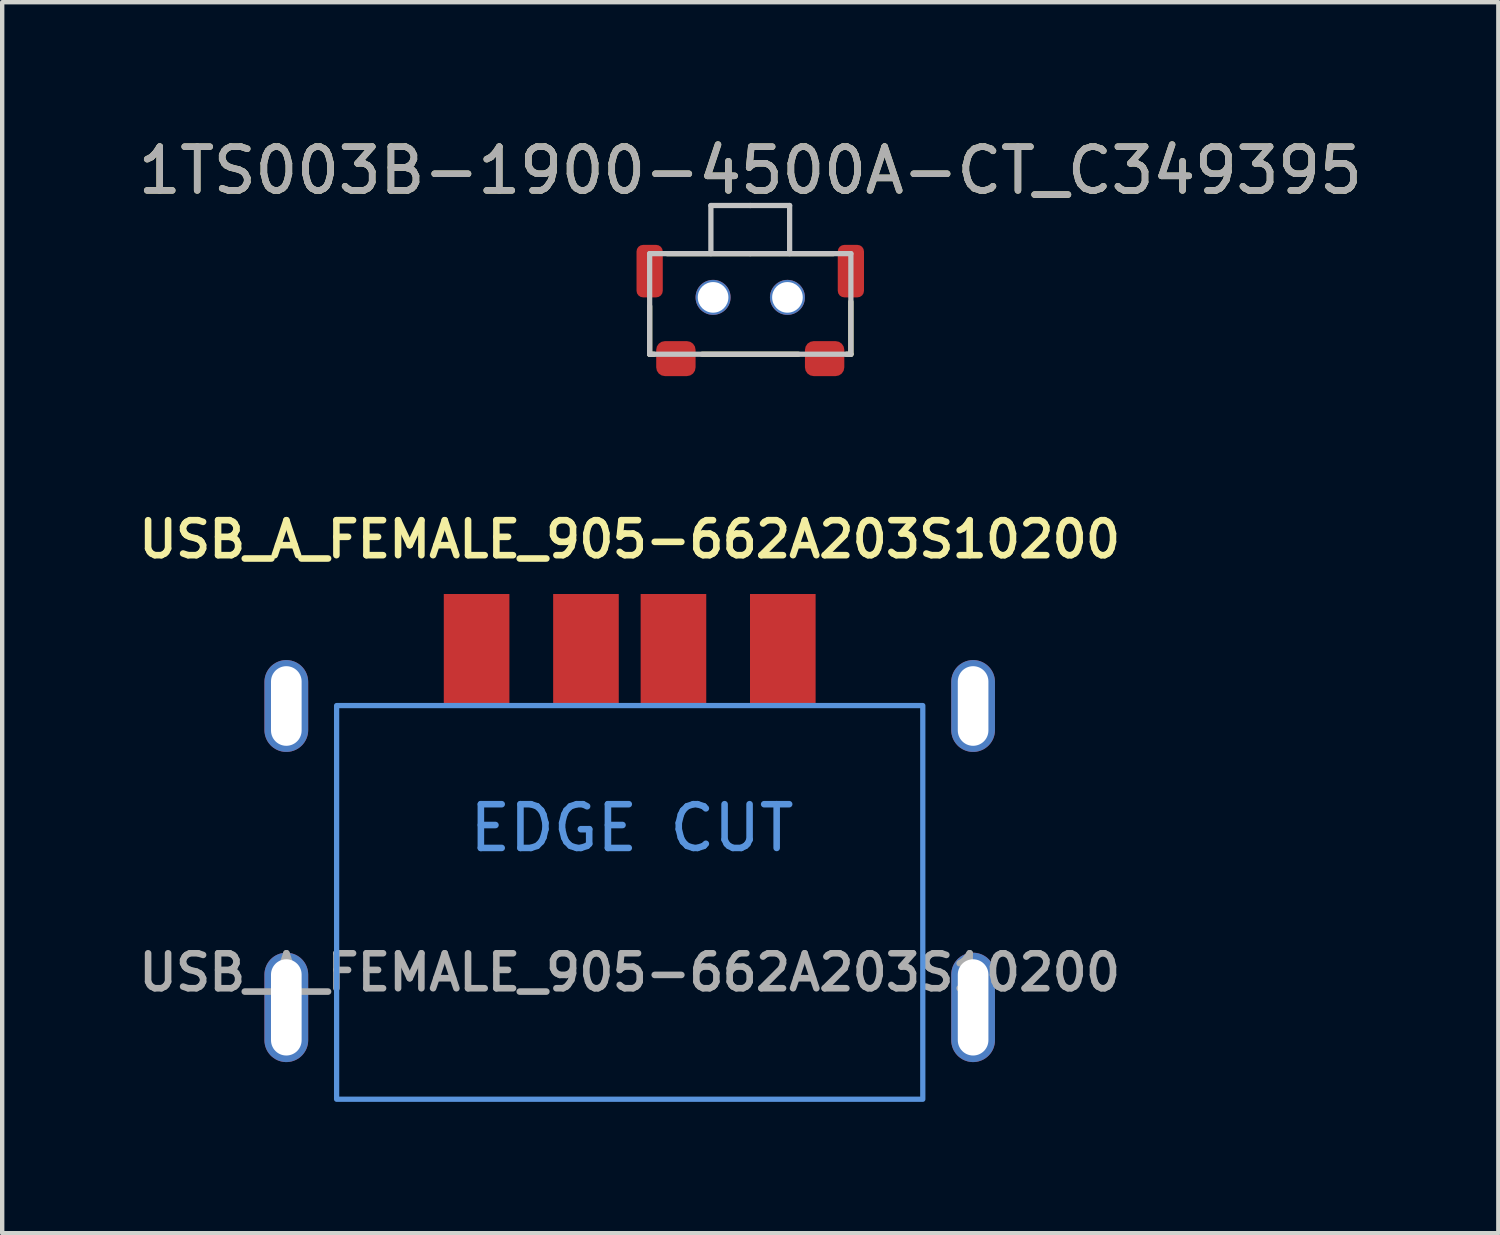
<source format=kicad_pcb>
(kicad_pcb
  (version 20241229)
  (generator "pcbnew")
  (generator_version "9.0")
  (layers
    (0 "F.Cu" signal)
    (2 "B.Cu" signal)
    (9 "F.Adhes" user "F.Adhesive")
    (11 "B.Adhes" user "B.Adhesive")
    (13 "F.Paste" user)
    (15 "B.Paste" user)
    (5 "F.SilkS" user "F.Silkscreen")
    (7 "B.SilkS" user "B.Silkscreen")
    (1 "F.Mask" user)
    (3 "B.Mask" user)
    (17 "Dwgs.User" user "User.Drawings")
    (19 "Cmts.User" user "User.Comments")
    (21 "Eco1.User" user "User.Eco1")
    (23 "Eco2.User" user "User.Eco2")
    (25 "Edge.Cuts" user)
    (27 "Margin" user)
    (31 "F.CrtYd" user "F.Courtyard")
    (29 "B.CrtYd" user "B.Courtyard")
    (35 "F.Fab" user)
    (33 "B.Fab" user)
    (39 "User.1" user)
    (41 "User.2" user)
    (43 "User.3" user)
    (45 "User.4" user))
  (footprint "1TS003B-1900-4500A-CT_C349395"
    (layer "F.Cu")
    (at 14.101 3.748)
    (property "Reference" "1TS003B-1900-4500A-CT_C349395" (at 0 -2.9 0) (unlocked yes) (layer "F.SilkS") (effects (font (size 1 1) (thickness 0.15))))
    (attr smd)
    (fp_line (start -2.3 0.2) (end -2.3 1.3) (stroke (width 0.12) (type solid)) (layer "F.SilkS"))
    (fp_line (start -2.3 1.3) (end -2.2 1.3) (stroke (width 0.12) (type solid)) (layer "F.SilkS"))
    (fp_line (start -1.9 -1) (end 1.9 -1) (stroke (width 0.12) (type solid)) (layer "F.SilkS"))
    (fp_line (start -1.1 1.3) (end 1.1 1.3) (stroke (width 0.12) (type solid)) (layer "F.SilkS"))
    (fp_line (start 2.3 0.1) (end 2.3 1.3) (stroke (width 0.12) (type solid)) (layer "F.SilkS"))
    (fp_line (start 2.3 1.3) (end 2.2 1.3) (stroke (width 0.12) (type solid)) (layer "F.SilkS"))
    (fp_line (start -2.3 -1) (end 0 -1) (stroke (width 0.12) (type solid)) (layer "Dwgs.User"))
    (fp_line (start -2.3 1.3) (end -2.3 -1) (stroke (width 0.12) (type solid)) (layer "Dwgs.User"))
    (fp_line (start -0.9 -2.1) (end -0.9 -1) (stroke (width 0.12) (type solid)) (layer "Dwgs.User"))
    (fp_line (start 0 -2.1) (end -0.9 -2.1) (stroke (width 0.12) (type solid)) (layer "Dwgs.User"))
    (fp_line (start 0 -2.1) (end 0.9 -2.1) (stroke (width 0.12) (type solid)) (layer "Dwgs.User"))
    (fp_line (start 0 -1) (end 2.3 -1) (stroke (width 0.12) (type solid)) (layer "Dwgs.User"))
    (fp_line (start 0.9 -2.1) (end 0.9 -1) (stroke (width 0.12) (type solid)) (layer "Dwgs.User"))
    (fp_line (start 2.3 -1) (end 2.3 1.3) (stroke (width 0.12) (type solid)) (layer "Dwgs.User"))
    (fp_line (start 2.3 1.3) (end -2.3 1.3) (stroke (width 0.12) (type solid)) (layer "Dwgs.User"))
    (fp_text user "${REFERENCE}" (at 0 -2.9 0) (unlocked yes) (layer "F.Fab") (effects (font (size 1 1) (thickness 0.15))))
    (pad "" np_thru_hole circle (at -0.85 0) (size 0.8 0.8) (drill 0.7) (layers "*.Cu" "*.Mask"))
    (pad "" np_thru_hole circle (at 0.85 0) (size 0.8 0.8) (drill 0.7) (layers "*.Cu" "*.Mask"))
    (pad "1" smd roundrect (at -1.7 1.4) (size 0.9 0.8) (layers "F.Cu" "F.Mask" "F.Paste") (roundrect_rratio 0.25))
    (pad "2" smd roundrect (at 1.7 1.4) (size 0.9 0.8) (layers "F.Cu" "F.Mask" "F.Paste") (roundrect_rratio 0.25))
    (pad "GND" smd roundrect (at -2.3 -0.6) (size 0.6 1.2) (layers "F.Cu" "F.Mask" "F.Paste") (roundrect_rratio 0.25))
    (pad "GND" smd roundrect (at 2.3 -0.6) (size 0.6 1.2) (layers "F.Cu" "F.Mask" "F.Paste") (roundrect_rratio 0.25)))
  (footprint "USB_A_FEMALE_905-662A203S10200"
    (layer "F.Cu")
    (at 11.345 17.579)
    (property "Reference" "USB_A_FEMALE_905-662A203S10200" (at 0 -8.3 0) (unlocked yes) (layer "F.SilkS") (effects (font (size 0.8 0.8) (thickness 0.15))))
    (attr smd)
    (fp_rect (start -6.7 -4.5) (end 6.7 4.5) (stroke (width 0.12) (type solid)) (fill no) (layer "Cmts.User"))
    (fp_text user "EDGE CUT" (at 0.05 -1.7 0) (unlocked yes) (layer "Cmts.User") (effects (font (size 1 1) (thickness 0.15))))
    (fp_text user "${REFERENCE}" (at 0 1.6 0) (unlocked yes) (layer "F.Fab") (effects (font (size 0.8 0.8) (thickness 0.15))))
    (pad "1" smd rect (at -3.5 -5.8) (size 1.5 2.5) (layers "F.Cu" "F.Mask" "F.Paste"))
    (pad "2" smd rect (at -1 -5.8) (size 1.5 2.5) (layers "F.Cu" "F.Mask" "F.Paste"))
    (pad "3" smd rect (at 1 -5.8) (size 1.5 2.5) (layers "F.Cu" "F.Mask" "F.Paste"))
    (pad "4" smd rect (at 3.5 -5.8) (size 1.5 2.5) (layers "F.Cu" "F.Mask" "F.Paste"))
    (pad "MH" thru_hole oval (at -7.85 -4.49) (size 1 2.1) (drill oval 0.7 1.82) (layers "*.Cu" "*.Mask"))
    (pad "MH" thru_hole oval (at -7.85 2.4) (size 1 2.5) (drill oval 0.7 2.2) (layers "*.Cu" "*.Mask"))
    (pad "MH" thru_hole oval (at 7.85 -4.49) (size 1 2.1) (drill oval 0.7 1.82) (layers "*.Cu" "*.Mask"))
    (pad "MH" thru_hole oval (at 7.85 2.4) (size 1 2.5) (drill oval 0.7 2.2) (layers "*.Cu" "*.Mask")))
  (gr_rect
    (start -3 -3)
    (end 31.202 25.14)
    (stroke (width 0.1) (type default))
    (fill no)
    (layer "Edge.Cuts")))
</source>
